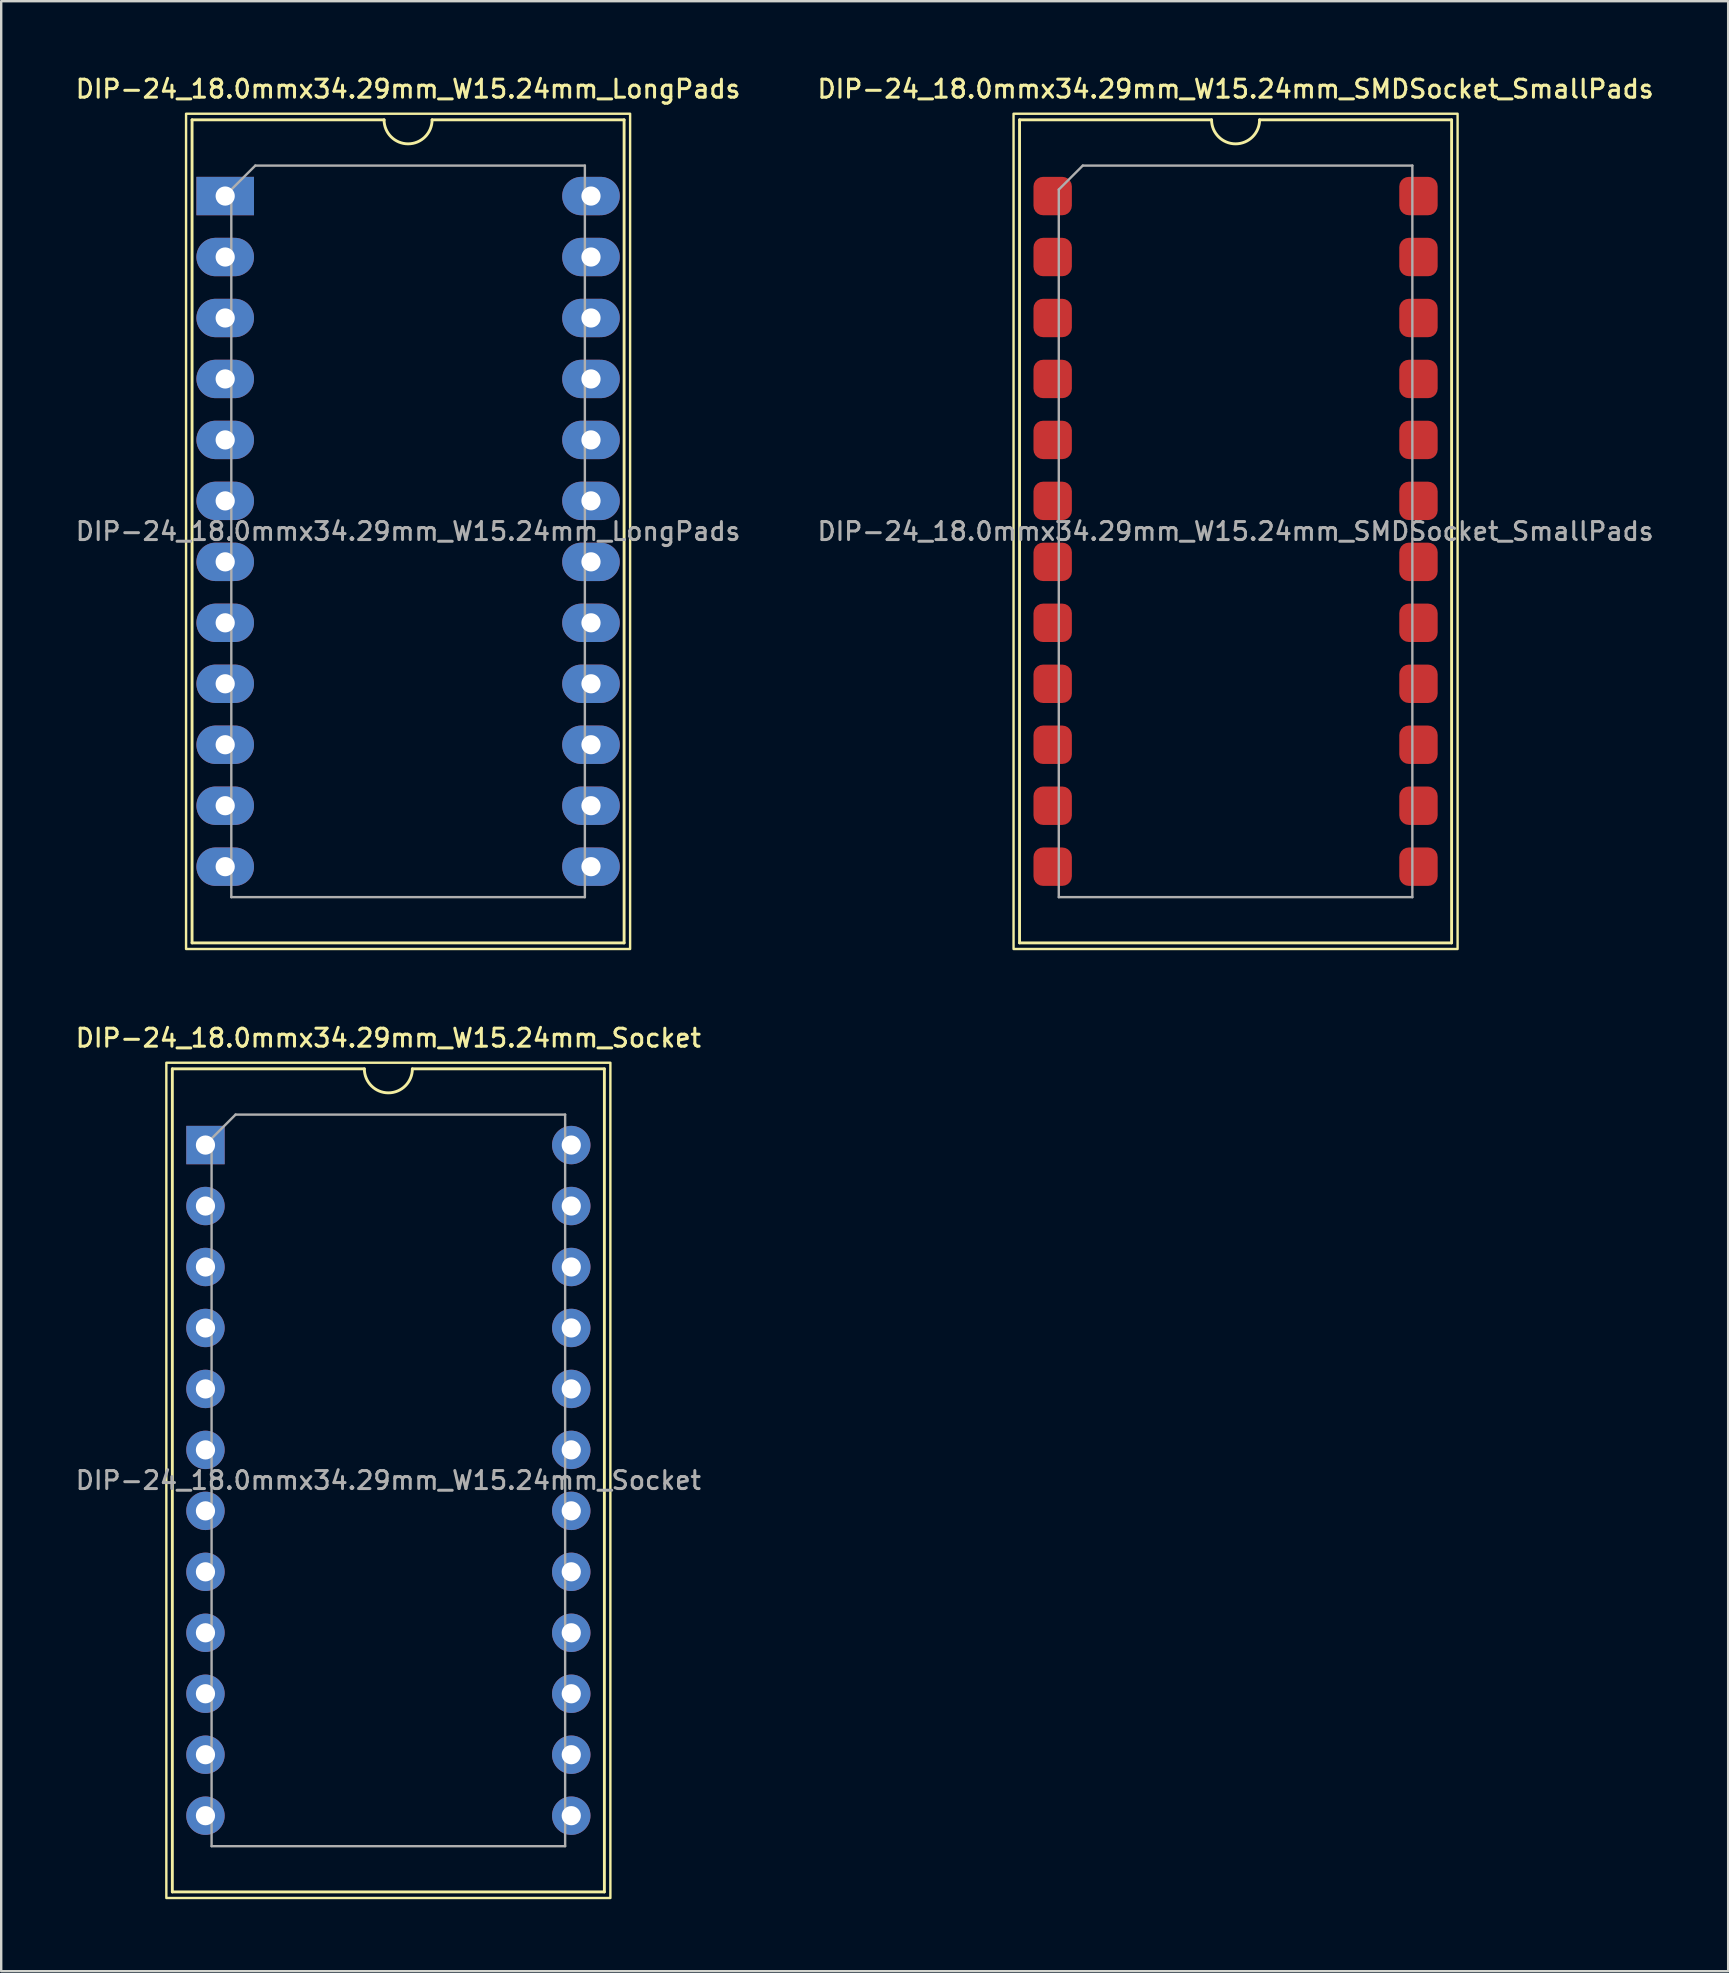
<source format=kicad_pcb>
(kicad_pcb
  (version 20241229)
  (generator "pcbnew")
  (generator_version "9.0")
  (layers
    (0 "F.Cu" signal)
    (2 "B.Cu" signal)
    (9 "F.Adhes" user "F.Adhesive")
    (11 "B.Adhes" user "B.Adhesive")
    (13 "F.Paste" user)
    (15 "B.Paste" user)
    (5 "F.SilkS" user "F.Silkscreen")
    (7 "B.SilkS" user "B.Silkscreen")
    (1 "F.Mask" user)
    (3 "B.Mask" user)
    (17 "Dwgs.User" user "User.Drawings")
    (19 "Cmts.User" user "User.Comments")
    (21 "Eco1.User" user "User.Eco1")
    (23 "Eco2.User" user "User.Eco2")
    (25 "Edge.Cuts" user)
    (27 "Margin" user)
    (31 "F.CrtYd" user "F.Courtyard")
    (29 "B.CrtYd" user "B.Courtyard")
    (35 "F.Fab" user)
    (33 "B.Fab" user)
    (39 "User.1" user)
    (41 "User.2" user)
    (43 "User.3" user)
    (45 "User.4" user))
  (footprint "DIP-24_18.0mmx34.29mm_W15.24mm_Socket"
    (layer "F.Cu")
    (at 5.51 44.656)
    (property "Reference" "DIP-24_18.0mmx34.29mm_W15.24mm_Socket" (at 7.62 -4.46 0) (layer "F.SilkS") (effects (font (size 0.75 0.75) (thickness 0.125))))
    (attr through_hole)
    (fp_line (start -1.38 -3.175) (end -1.38 31.115) (stroke (width 0.12) (type solid)) (layer "F.SilkS"))
    (fp_line (start -1.38 31.115) (end 16.62 31.115) (stroke (width 0.12) (type solid)) (layer "F.SilkS"))
    (fp_line (start 6.62 -3.175) (end -1.38 -3.175) (stroke (width 0.12) (type solid)) (layer "F.SilkS"))
    (fp_line (start 16.62 -3.175) (end 8.62 -3.175) (stroke (width 0.12) (type solid)) (layer "F.SilkS"))
    (fp_line (start 16.62 31.115) (end 16.62 -3.175) (stroke (width 0.12) (type solid)) (layer "F.SilkS"))
    (fp_rect (start -1.63 -3.43) (end 16.87 31.37) (stroke (width 0.1) (type default)) (fill no) (layer "F.SilkS"))
    (fp_arc (start 8.62 -3.175) (mid 7.62 -2.175) (end 6.62 -3.175) (stroke (width 0.12) (type solid)) (layer "F.SilkS"))
    (fp_line (start 0.255 -0.27) (end 1.255 -1.27) (stroke (width 0.1) (type solid)) (layer "F.Fab"))
    (fp_line (start 0.255 29.21) (end 0.255 -0.27) (stroke (width 0.1) (type solid)) (layer "F.Fab"))
    (fp_line (start 1.255 -1.27) (end 14.985 -1.27) (stroke (width 0.1) (type solid)) (layer "F.Fab"))
    (fp_line (start 14.985 -1.27) (end 14.985 29.21) (stroke (width 0.1) (type solid)) (layer "F.Fab"))
    (fp_line (start 14.985 29.21) (end 0.255 29.21) (stroke (width 0.1) (type solid)) (layer "F.Fab"))
    (fp_text user "${REFERENCE}" (at 7.62 13.97 0) (layer "F.Fab") (effects (font (size 0.75 0.75) (thickness 0.125))))
    (pad "1" thru_hole rect (at 0 0) (size 1.6 1.6) (drill 0.8) (layers "*.Cu" "*.Mask"))
    (pad "2" thru_hole oval (at 0 2.54) (size 1.6 1.6) (drill 0.8) (layers "*.Cu" "*.Mask"))
    (pad "3" thru_hole oval (at 0 5.08) (size 1.6 1.6) (drill 0.8) (layers "*.Cu" "*.Mask"))
    (pad "4" thru_hole oval (at 0 7.62) (size 1.6 1.6) (drill 0.8) (layers "*.Cu" "*.Mask"))
    (pad "5" thru_hole oval (at 0 10.16) (size 1.6 1.6) (drill 0.8) (layers "*.Cu" "*.Mask"))
    (pad "6" thru_hole oval (at 0 12.7) (size 1.6 1.6) (drill 0.8) (layers "*.Cu" "*.Mask"))
    (pad "7" thru_hole oval (at 0 15.24) (size 1.6 1.6) (drill 0.8) (layers "*.Cu" "*.Mask"))
    (pad "8" thru_hole oval (at 0 17.78) (size 1.6 1.6) (drill 0.8) (layers "*.Cu" "*.Mask"))
    (pad "9" thru_hole oval (at 0 20.32) (size 1.6 1.6) (drill 0.8) (layers "*.Cu" "*.Mask"))
    (pad "10" thru_hole oval (at 0 22.86) (size 1.6 1.6) (drill 0.8) (layers "*.Cu" "*.Mask"))
    (pad "11" thru_hole oval (at 0 25.4) (size 1.6 1.6) (drill 0.8) (layers "*.Cu" "*.Mask"))
    (pad "12" thru_hole oval (at 0 27.94) (size 1.6 1.6) (drill 0.8) (layers "*.Cu" "*.Mask"))
    (pad "13" thru_hole oval (at 15.24 27.94) (size 1.6 1.6) (drill 0.8) (layers "*.Cu" "*.Mask"))
    (pad "14" thru_hole oval (at 15.24 25.4) (size 1.6 1.6) (drill 0.8) (layers "*.Cu" "*.Mask"))
    (pad "15" thru_hole oval (at 15.24 22.86) (size 1.6 1.6) (drill 0.8) (layers "*.Cu" "*.Mask"))
    (pad "16" thru_hole oval (at 15.24 20.32) (size 1.6 1.6) (drill 0.8) (layers "*.Cu" "*.Mask"))
    (pad "17" thru_hole oval (at 15.24 17.78) (size 1.6 1.6) (drill 0.8) (layers "*.Cu" "*.Mask"))
    (pad "18" thru_hole oval (at 15.24 15.24) (size 1.6 1.6) (drill 0.8) (layers "*.Cu" "*.Mask"))
    (pad "19" thru_hole oval (at 15.24 12.7) (size 1.6 1.6) (drill 0.8) (layers "*.Cu" "*.Mask"))
    (pad "20" thru_hole oval (at 15.24 10.16) (size 1.6 1.6) (drill 0.8) (layers "*.Cu" "*.Mask"))
    (pad "21" thru_hole oval (at 15.24 7.62) (size 1.6 1.6) (drill 0.8) (layers "*.Cu" "*.Mask"))
    (pad "22" thru_hole oval (at 15.24 5.08) (size 1.6 1.6) (drill 0.8) (layers "*.Cu" "*.Mask"))
    (pad "23" thru_hole oval (at 15.24 2.54) (size 1.6 1.6) (drill 0.8) (layers "*.Cu" "*.Mask"))
    (pad "24" thru_hole oval (at 15.24 0) (size 1.6 1.6) (drill 0.8) (layers "*.Cu" "*.Mask")))
  (footprint "DIP-24_18.0mmx34.29mm_W15.24mm_LongPads"
    (layer "F.Cu")
    (at 6.332 5.118)
    (property "Reference" "DIP-24_18.0mmx34.29mm_W15.24mm_LongPads" (at 7.62 -4.46 0) (layer "F.SilkS") (effects (font (size 0.75 0.75) (thickness 0.125))))
    (attr through_hole)
    (fp_line (start -1.38 -3.175) (end -1.38 31.115) (stroke (width 0.12) (type solid)) (layer "F.SilkS"))
    (fp_line (start -1.38 31.115) (end 16.62 31.115) (stroke (width 0.12) (type solid)) (layer "F.SilkS"))
    (fp_line (start 6.62 -3.175) (end -1.38 -3.175) (stroke (width 0.12) (type solid)) (layer "F.SilkS"))
    (fp_line (start 16.62 -3.175) (end 8.62 -3.175) (stroke (width 0.12) (type solid)) (layer "F.SilkS"))
    (fp_line (start 16.62 31.115) (end 16.62 -3.175) (stroke (width 0.12) (type solid)) (layer "F.SilkS"))
    (fp_rect (start -1.63 -3.43) (end 16.87 31.37) (stroke (width 0.1) (type default)) (fill no) (layer "F.SilkS"))
    (fp_arc (start 8.62 -3.175) (mid 7.62 -2.175) (end 6.62 -3.175) (stroke (width 0.12) (type solid)) (layer "F.SilkS"))
    (fp_line (start 0.255 -0.27) (end 1.255 -1.27) (stroke (width 0.1) (type solid)) (layer "F.Fab"))
    (fp_line (start 0.255 29.21) (end 0.255 -0.27) (stroke (width 0.1) (type solid)) (layer "F.Fab"))
    (fp_line (start 1.255 -1.27) (end 14.985 -1.27) (stroke (width 0.1) (type solid)) (layer "F.Fab"))
    (fp_line (start 14.985 -1.27) (end 14.985 29.21) (stroke (width 0.1) (type solid)) (layer "F.Fab"))
    (fp_line (start 14.985 29.21) (end 0.255 29.21) (stroke (width 0.1) (type solid)) (layer "F.Fab"))
    (fp_text user "${REFERENCE}" (at 7.62 13.97 0) (layer "F.Fab") (effects (font (size 0.75 0.75) (thickness 0.125))))
    (pad "1" thru_hole rect (at 0 0) (size 2.4 1.6) (drill 0.8) (layers "*.Cu" "*.Mask"))
    (pad "2" thru_hole oval (at 0 2.54) (size 2.4 1.6) (drill 0.8) (layers "*.Cu" "*.Mask"))
    (pad "3" thru_hole oval (at 0 5.08) (size 2.4 1.6) (drill 0.8) (layers "*.Cu" "*.Mask"))
    (pad "4" thru_hole oval (at 0 7.62) (size 2.4 1.6) (drill 0.8) (layers "*.Cu" "*.Mask"))
    (pad "5" thru_hole oval (at 0 10.16) (size 2.4 1.6) (drill 0.8) (layers "*.Cu" "*.Mask"))
    (pad "6" thru_hole oval (at 0 12.7) (size 2.4 1.6) (drill 0.8) (layers "*.Cu" "*.Mask"))
    (pad "7" thru_hole oval (at 0 15.24) (size 2.4 1.6) (drill 0.8) (layers "*.Cu" "*.Mask"))
    (pad "8" thru_hole oval (at 0 17.78) (size 2.4 1.6) (drill 0.8) (layers "*.Cu" "*.Mask"))
    (pad "9" thru_hole oval (at 0 20.32) (size 2.4 1.6) (drill 0.8) (layers "*.Cu" "*.Mask"))
    (pad "10" thru_hole oval (at 0 22.86) (size 2.4 1.6) (drill 0.8) (layers "*.Cu" "*.Mask"))
    (pad "11" thru_hole oval (at 0 25.4) (size 2.4 1.6) (drill 0.8) (layers "*.Cu" "*.Mask"))
    (pad "12" thru_hole oval (at 0 27.94) (size 2.4 1.6) (drill 0.8) (layers "*.Cu" "*.Mask"))
    (pad "13" thru_hole oval (at 15.24 27.94) (size 2.4 1.6) (drill 0.8) (layers "*.Cu" "*.Mask"))
    (pad "14" thru_hole oval (at 15.24 25.4) (size 2.4 1.6) (drill 0.8) (layers "*.Cu" "*.Mask"))
    (pad "15" thru_hole oval (at 15.24 22.86) (size 2.4 1.6) (drill 0.8) (layers "*.Cu" "*.Mask"))
    (pad "16" thru_hole oval (at 15.24 20.32) (size 2.4 1.6) (drill 0.8) (layers "*.Cu" "*.Mask"))
    (pad "17" thru_hole oval (at 15.24 17.78) (size 2.4 1.6) (drill 0.8) (layers "*.Cu" "*.Mask"))
    (pad "18" thru_hole oval (at 15.24 15.24) (size 2.4 1.6) (drill 0.8) (layers "*.Cu" "*.Mask"))
    (pad "19" thru_hole oval (at 15.24 12.7) (size 2.4 1.6) (drill 0.8) (layers "*.Cu" "*.Mask"))
    (pad "20" thru_hole oval (at 15.24 10.16) (size 2.4 1.6) (drill 0.8) (layers "*.Cu" "*.Mask"))
    (pad "21" thru_hole oval (at 15.24 7.62) (size 2.4 1.6) (drill 0.8) (layers "*.Cu" "*.Mask"))
    (pad "22" thru_hole oval (at 15.24 5.08) (size 2.4 1.6) (drill 0.8) (layers "*.Cu" "*.Mask"))
    (pad "23" thru_hole oval (at 15.24 2.54) (size 2.4 1.6) (drill 0.8) (layers "*.Cu" "*.Mask"))
    (pad "24" thru_hole oval (at 15.24 0) (size 2.4 1.6) (drill 0.8) (layers "*.Cu" "*.Mask")))
  (footprint "DIP-24_18.0mmx34.29mm_W15.24mm_SMDSocket_SmallPads"
    (layer "F.Cu")
    (at 48.427 19.088)
    (property "Reference" "DIP-24_18.0mmx34.29mm_W15.24mm_SMDSocket_SmallPads" (at 0 -18.43 0) (layer "F.SilkS") (effects (font (size 0.75 0.75) (thickness 0.125))))
    (attr smd)
    (fp_line (start -9 -17.145) (end -9 17.145) (stroke (width 0.12) (type solid)) (layer "F.SilkS"))
    (fp_line (start -9 17.145) (end 9 17.145) (stroke (width 0.12) (type solid)) (layer "F.SilkS"))
    (fp_line (start -1 -17.145) (end -9 -17.145) (stroke (width 0.12) (type solid)) (layer "F.SilkS"))
    (fp_line (start 9 -17.145) (end 1 -17.145) (stroke (width 0.12) (type solid)) (layer "F.SilkS"))
    (fp_line (start 9 17.145) (end 9 -17.145) (stroke (width 0.12) (type solid)) (layer "F.SilkS"))
    (fp_rect (start -9.25 -17.4) (end 9.25 17.4) (stroke (width 0.1) (type default)) (fill no) (layer "F.SilkS"))
    (fp_arc (start 1 -17.145) (mid 0 -16.145) (end -1 -17.145) (stroke (width 0.12) (type solid)) (layer "F.SilkS"))
    (fp_line (start -7.365 -14.24) (end -6.365 -15.24) (stroke (width 0.1) (type solid)) (layer "F.Fab"))
    (fp_line (start -7.365 15.24) (end -7.365 -14.24) (stroke (width 0.1) (type solid)) (layer "F.Fab"))
    (fp_line (start -6.365 -15.24) (end 7.365 -15.24) (stroke (width 0.1) (type solid)) (layer "F.Fab"))
    (fp_line (start 7.365 -15.24) (end 7.365 15.24) (stroke (width 0.1) (type solid)) (layer "F.Fab"))
    (fp_line (start 7.365 15.24) (end -7.365 15.24) (stroke (width 0.1) (type solid)) (layer "F.Fab"))
    (fp_text user "${REFERENCE}" (at 0 0 0) (layer "F.Fab") (effects (font (size 0.75 0.75) (thickness 0.125))))
    (pad "1" smd roundrect (at -7.62 -13.97) (size 1.6 1.6) (layers "F.Cu" "F.Mask" "F.Paste") (roundrect_rratio 0.25))
    (pad "2" smd roundrect (at -7.62 -11.43) (size 1.6 1.6) (layers "F.Cu" "F.Mask" "F.Paste") (roundrect_rratio 0.25))
    (pad "3" smd roundrect (at -7.62 -8.89) (size 1.6 1.6) (layers "F.Cu" "F.Mask" "F.Paste") (roundrect_rratio 0.25))
    (pad "4" smd roundrect (at -7.62 -6.35) (size 1.6 1.6) (layers "F.Cu" "F.Mask" "F.Paste") (roundrect_rratio 0.25))
    (pad "5" smd roundrect (at -7.62 -3.81) (size 1.6 1.6) (layers "F.Cu" "F.Mask" "F.Paste") (roundrect_rratio 0.25))
    (pad "6" smd roundrect (at -7.62 -1.27) (size 1.6 1.6) (layers "F.Cu" "F.Mask" "F.Paste") (roundrect_rratio 0.25))
    (pad "7" smd roundrect (at -7.62 1.27) (size 1.6 1.6) (layers "F.Cu" "F.Mask" "F.Paste") (roundrect_rratio 0.25))
    (pad "8" smd roundrect (at -7.62 3.81) (size 1.6 1.6) (layers "F.Cu" "F.Mask" "F.Paste") (roundrect_rratio 0.25))
    (pad "9" smd roundrect (at -7.62 6.35) (size 1.6 1.6) (layers "F.Cu" "F.Mask" "F.Paste") (roundrect_rratio 0.25))
    (pad "10" smd roundrect (at -7.62 8.89) (size 1.6 1.6) (layers "F.Cu" "F.Mask" "F.Paste") (roundrect_rratio 0.25))
    (pad "11" smd roundrect (at -7.62 11.43) (size 1.6 1.6) (layers "F.Cu" "F.Mask" "F.Paste") (roundrect_rratio 0.25))
    (pad "12" smd roundrect (at -7.62 13.97) (size 1.6 1.6) (layers "F.Cu" "F.Mask" "F.Paste") (roundrect_rratio 0.25))
    (pad "13" smd roundrect (at 7.62 13.97) (size 1.6 1.6) (layers "F.Cu" "F.Mask" "F.Paste") (roundrect_rratio 0.25))
    (pad "14" smd roundrect (at 7.62 11.43) (size 1.6 1.6) (layers "F.Cu" "F.Mask" "F.Paste") (roundrect_rratio 0.25))
    (pad "15" smd roundrect (at 7.62 8.89) (size 1.6 1.6) (layers "F.Cu" "F.Mask" "F.Paste") (roundrect_rratio 0.25))
    (pad "16" smd roundrect (at 7.62 6.35) (size 1.6 1.6) (layers "F.Cu" "F.Mask" "F.Paste") (roundrect_rratio 0.25))
    (pad "17" smd roundrect (at 7.62 3.81) (size 1.6 1.6) (layers "F.Cu" "F.Mask" "F.Paste") (roundrect_rratio 0.25))
    (pad "18" smd roundrect (at 7.62 1.27) (size 1.6 1.6) (layers "F.Cu" "F.Mask" "F.Paste") (roundrect_rratio 0.25))
    (pad "19" smd roundrect (at 7.62 -1.27) (size 1.6 1.6) (layers "F.Cu" "F.Mask" "F.Paste") (roundrect_rratio 0.25))
    (pad "20" smd roundrect (at 7.62 -3.81) (size 1.6 1.6) (layers "F.Cu" "F.Mask" "F.Paste") (roundrect_rratio 0.25))
    (pad "21" smd roundrect (at 7.62 -6.35) (size 1.6 1.6) (layers "F.Cu" "F.Mask" "F.Paste") (roundrect_rratio 0.25))
    (pad "22" smd roundrect (at 7.62 -8.89) (size 1.6 1.6) (layers "F.Cu" "F.Mask" "F.Paste") (roundrect_rratio 0.25))
    (pad "23" smd roundrect (at 7.62 -11.43) (size 1.6 1.6) (layers "F.Cu" "F.Mask" "F.Paste") (roundrect_rratio 0.25))
    (pad "24" smd roundrect (at 7.62 -13.97) (size 1.6 1.6) (layers "F.Cu" "F.Mask" "F.Paste") (roundrect_rratio 0.25)))
  (gr_rect
    (start -3 -3)
    (end 68.95 79.076)
    (stroke (width 0.1) (type default))
    (fill no)
    (layer "Edge.Cuts")))
</source>
